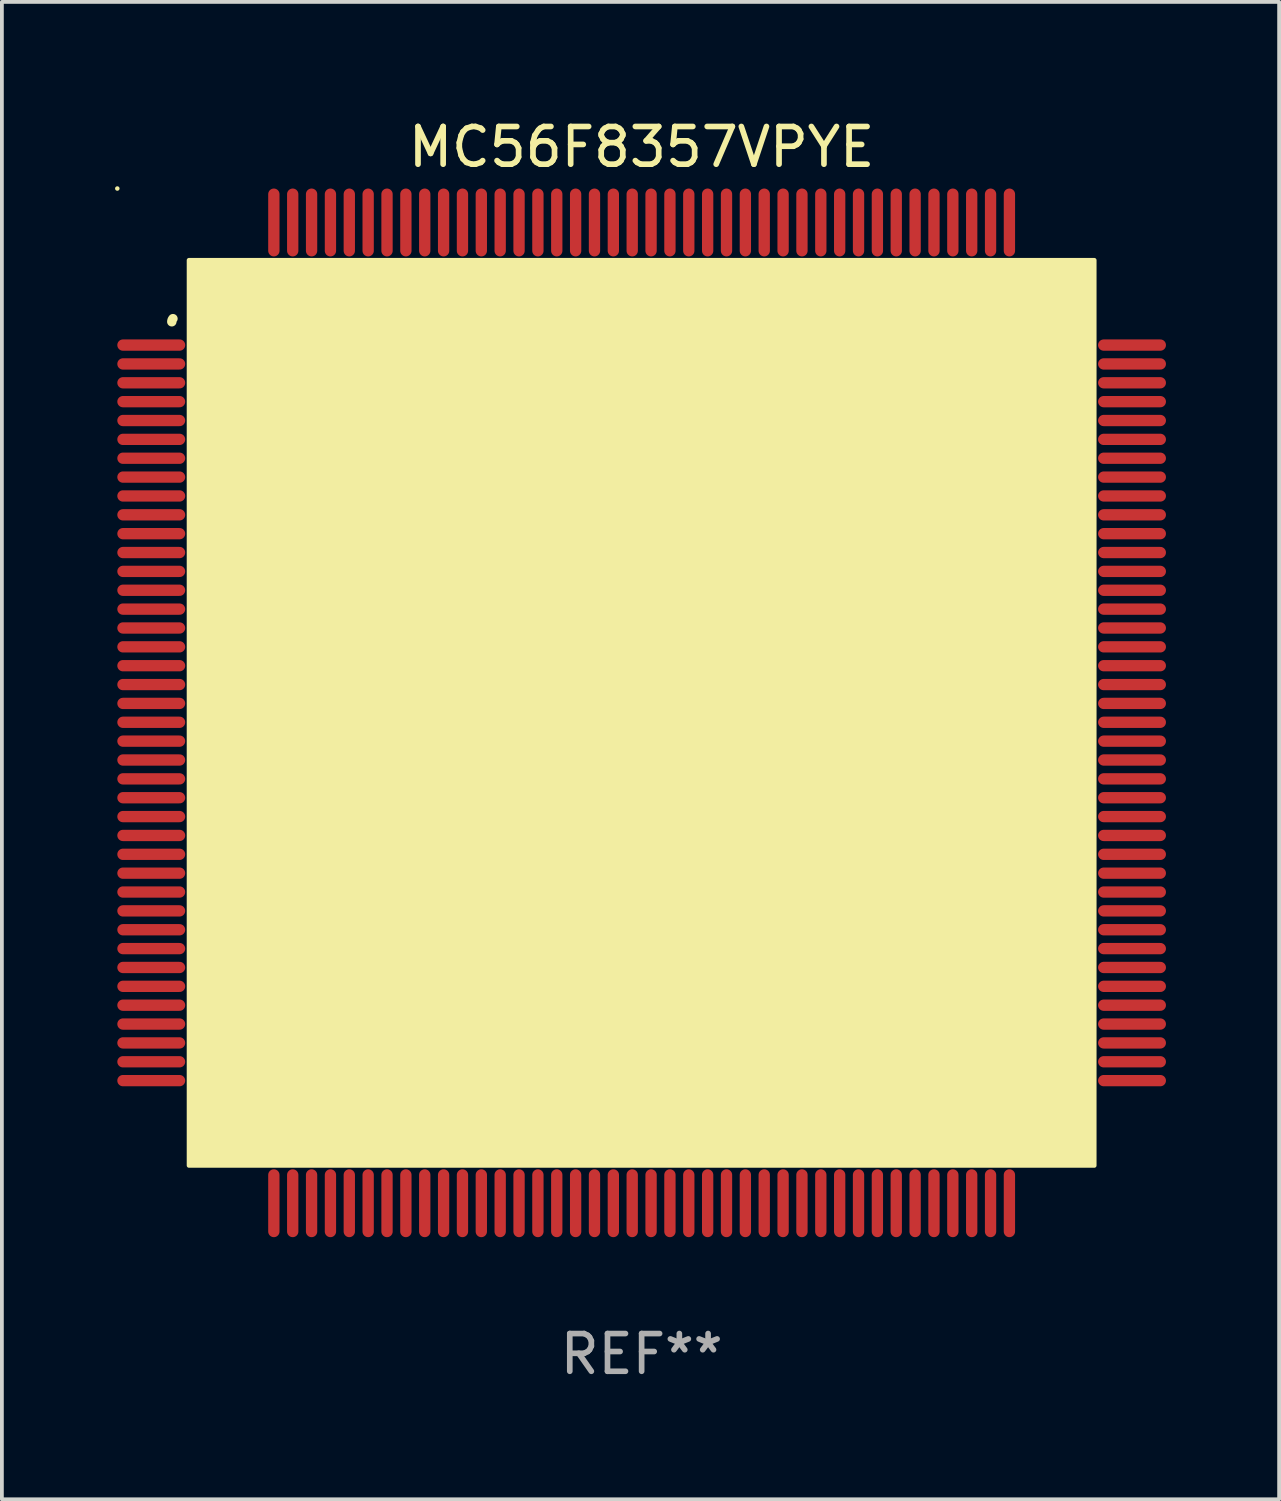
<source format=kicad_pcb>
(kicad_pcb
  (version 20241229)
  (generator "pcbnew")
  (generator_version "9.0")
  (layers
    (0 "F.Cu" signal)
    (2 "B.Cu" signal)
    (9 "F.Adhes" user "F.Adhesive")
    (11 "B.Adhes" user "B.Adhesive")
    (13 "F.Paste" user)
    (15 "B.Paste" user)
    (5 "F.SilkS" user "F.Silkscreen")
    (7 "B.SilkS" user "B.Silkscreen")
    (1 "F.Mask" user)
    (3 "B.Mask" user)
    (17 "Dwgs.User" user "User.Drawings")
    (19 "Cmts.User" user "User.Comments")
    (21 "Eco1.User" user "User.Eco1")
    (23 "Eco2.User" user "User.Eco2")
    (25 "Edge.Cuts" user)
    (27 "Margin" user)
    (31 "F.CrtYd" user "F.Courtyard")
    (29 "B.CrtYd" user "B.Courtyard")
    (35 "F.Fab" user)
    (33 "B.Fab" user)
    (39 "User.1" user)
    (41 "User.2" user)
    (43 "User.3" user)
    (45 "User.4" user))
  (footprint "MC56F8357VPYE"
    (layer "F.Cu")
    (at 13.96 15.848)
    (property "Reference" "MC56F8357VPYE" (at 0 -15 0) (layer "F.SilkS") (effects (font (size 1 1) (thickness 0.15))))
    (attr through_hole)
    (fp_arc (start -12.45555 -10.36792) (mid -12.447715 -10.411692) (end -12.42507 -10.449962) (stroke (width 0.249936) (type solid)) (layer "F.SilkS"))
    (fp_arc (start -9.968885 -10.145161) (mid -9.964159 -10.198324) (end -9.950089 -10.249809) (stroke (width 0.599949) (type solid)) (layer "F.SilkS"))
    (fp_circle (center -13.9 -13.9) (end -13.87 -13.9) (stroke (width 0.06) (type solid)) (fill no) (layer "F.SilkS"))
    (fp_poly (pts (xy -12 -12) (xy 12 -12) (xy 12 12) (xy -12 12)) (stroke (width 0.12) (type solid)) (fill yes) (layer "F.SilkS"))
    (fp_text user "REF**" (at 0 17 0) (layer "F.Fab") (effects (font (size 1 1) (thickness 0.15))))
    (pad "1" smd oval (at -13 -9.75) (size 1.8 0.3) (layers "F.Cu" "F.Mask" "F.Paste"))
    (pad "2" smd oval (at -13 -9.25) (size 1.8 0.3) (layers "F.Cu" "F.Mask" "F.Paste"))
    (pad "3" smd oval (at -13 -8.75) (size 1.8 0.3) (layers "F.Cu" "F.Mask" "F.Paste"))
    (pad "4" smd oval (at -13 -8.25) (size 1.8 0.3) (layers "F.Cu" "F.Mask" "F.Paste"))
    (pad "5" smd oval (at -13 -7.75) (size 1.8 0.3) (layers "F.Cu" "F.Mask" "F.Paste"))
    (pad "6" smd oval (at -13 -7.25) (size 1.8 0.3) (layers "F.Cu" "F.Mask" "F.Paste"))
    (pad "7" smd oval (at -13 -6.75) (size 1.8 0.3) (layers "F.Cu" "F.Mask" "F.Paste"))
    (pad "8" smd oval (at -13 -6.25) (size 1.8 0.3) (layers "F.Cu" "F.Mask" "F.Paste"))
    (pad "9" smd oval (at -13 -5.75) (size 1.8 0.3) (layers "F.Cu" "F.Mask" "F.Paste"))
    (pad "10" smd oval (at -13 -5.25) (size 1.8 0.3) (layers "F.Cu" "F.Mask" "F.Paste"))
    (pad "11" smd oval (at -13 -4.75) (size 1.8 0.3) (layers "F.Cu" "F.Mask" "F.Paste"))
    (pad "12" smd oval (at -13 -4.25) (size 1.8 0.3) (layers "F.Cu" "F.Mask" "F.Paste"))
    (pad "13" smd oval (at -13 -3.75) (size 1.8 0.3) (layers "F.Cu" "F.Mask" "F.Paste"))
    (pad "14" smd oval (at -13 -3.25) (size 1.8 0.3) (layers "F.Cu" "F.Mask" "F.Paste"))
    (pad "15" smd oval (at -13 -2.75) (size 1.8 0.3) (layers "F.Cu" "F.Mask" "F.Paste"))
    (pad "16" smd oval (at -13 -2.25) (size 1.8 0.3) (layers "F.Cu" "F.Mask" "F.Paste"))
    (pad "17" smd oval (at -13 -1.75) (size 1.8 0.3) (layers "F.Cu" "F.Mask" "F.Paste"))
    (pad "18" smd oval (at -13 -1.25) (size 1.8 0.3) (layers "F.Cu" "F.Mask" "F.Paste"))
    (pad "19" smd oval (at -13 -0.75) (size 1.8 0.3) (layers "F.Cu" "F.Mask" "F.Paste"))
    (pad "20" smd oval (at -13 -0.25) (size 1.8 0.3) (layers "F.Cu" "F.Mask" "F.Paste"))
    (pad "21" smd oval (at -13 0.25) (size 1.8 0.3) (layers "F.Cu" "F.Mask" "F.Paste"))
    (pad "22" smd oval (at -13 0.75) (size 1.8 0.3) (layers "F.Cu" "F.Mask" "F.Paste"))
    (pad "23" smd oval (at -13 1.25) (size 1.8 0.3) (layers "F.Cu" "F.Mask" "F.Paste"))
    (pad "24" smd oval (at -13 1.75) (size 1.8 0.3) (layers "F.Cu" "F.Mask" "F.Paste"))
    (pad "25" smd oval (at -13 2.25) (size 1.8 0.3) (layers "F.Cu" "F.Mask" "F.Paste"))
    (pad "26" smd oval (at -13 2.75) (size 1.8 0.3) (layers "F.Cu" "F.Mask" "F.Paste"))
    (pad "27" smd oval (at -13 3.25) (size 1.8 0.3) (layers "F.Cu" "F.Mask" "F.Paste"))
    (pad "28" smd oval (at -13 3.75) (size 1.8 0.3) (layers "F.Cu" "F.Mask" "F.Paste"))
    (pad "29" smd oval (at -13 4.25) (size 1.8 0.3) (layers "F.Cu" "F.Mask" "F.Paste"))
    (pad "30" smd oval (at -13 4.75) (size 1.8 0.3) (layers "F.Cu" "F.Mask" "F.Paste"))
    (pad "31" smd oval (at -13 5.25) (size 1.8 0.3) (layers "F.Cu" "F.Mask" "F.Paste"))
    (pad "32" smd oval (at -13 5.75) (size 1.8 0.3) (layers "F.Cu" "F.Mask" "F.Paste"))
    (pad "33" smd oval (at -13 6.25) (size 1.8 0.3) (layers "F.Cu" "F.Mask" "F.Paste"))
    (pad "34" smd oval (at -13 6.75) (size 1.8 0.3) (layers "F.Cu" "F.Mask" "F.Paste"))
    (pad "35" smd oval (at -13 7.25) (size 1.8 0.3) (layers "F.Cu" "F.Mask" "F.Paste"))
    (pad "36" smd oval (at -13 7.75) (size 1.8 0.3) (layers "F.Cu" "F.Mask" "F.Paste"))
    (pad "37" smd oval (at -13 8.25) (size 1.8 0.3) (layers "F.Cu" "F.Mask" "F.Paste"))
    (pad "38" smd oval (at -13 8.75) (size 1.8 0.3) (layers "F.Cu" "F.Mask" "F.Paste"))
    (pad "39" smd oval (at -13 9.25) (size 1.8 0.3) (layers "F.Cu" "F.Mask" "F.Paste"))
    (pad "40" smd oval (at -13 9.75) (size 1.8 0.3) (layers "F.Cu" "F.Mask" "F.Paste"))
    (pad "41" smd oval (at -9.75 13 90) (size 1.8 0.3) (layers "F.Cu" "F.Mask" "F.Paste"))
    (pad "42" smd oval (at -9.25 13 90) (size 1.8 0.3) (layers "F.Cu" "F.Mask" "F.Paste"))
    (pad "43" smd oval (at -8.75 13 90) (size 1.8 0.3) (layers "F.Cu" "F.Mask" "F.Paste"))
    (pad "44" smd oval (at -8.25 13 90) (size 1.8 0.3) (layers "F.Cu" "F.Mask" "F.Paste"))
    (pad "45" smd oval (at -7.75 13 90) (size 1.8 0.3) (layers "F.Cu" "F.Mask" "F.Paste"))
    (pad "46" smd oval (at -7.25 13 90) (size 1.8 0.3) (layers "F.Cu" "F.Mask" "F.Paste"))
    (pad "47" smd oval (at -6.75 13 90) (size 1.8 0.3) (layers "F.Cu" "F.Mask" "F.Paste"))
    (pad "48" smd oval (at -6.25 13 90) (size 1.8 0.3) (layers "F.Cu" "F.Mask" "F.Paste"))
    (pad "49" smd oval (at -5.75 13 90) (size 1.8 0.3) (layers "F.Cu" "F.Mask" "F.Paste"))
    (pad "50" smd oval (at -5.25 13 90) (size 1.8 0.3) (layers "F.Cu" "F.Mask" "F.Paste"))
    (pad "51" smd oval (at -4.75 13 90) (size 1.8 0.3) (layers "F.Cu" "F.Mask" "F.Paste"))
    (pad "52" smd oval (at -4.25 13 90) (size 1.8 0.3) (layers "F.Cu" "F.Mask" "F.Paste"))
    (pad "53" smd oval (at -3.75 13 90) (size 1.8 0.3) (layers "F.Cu" "F.Mask" "F.Paste"))
    (pad "54" smd oval (at -3.25 13 90) (size 1.8 0.3) (layers "F.Cu" "F.Mask" "F.Paste"))
    (pad "55" smd oval (at -2.75 13 90) (size 1.8 0.3) (layers "F.Cu" "F.Mask" "F.Paste"))
    (pad "56" smd oval (at -2.25 13 90) (size 1.8 0.3) (layers "F.Cu" "F.Mask" "F.Paste"))
    (pad "57" smd oval (at -1.75 13 90) (size 1.8 0.3) (layers "F.Cu" "F.Mask" "F.Paste"))
    (pad "58" smd oval (at -1.25 13 90) (size 1.8 0.3) (layers "F.Cu" "F.Mask" "F.Paste"))
    (pad "59" smd oval (at -0.75 13 90) (size 1.8 0.3) (layers "F.Cu" "F.Mask" "F.Paste"))
    (pad "60" smd oval (at -0.25 13 90) (size 1.8 0.3) (layers "F.Cu" "F.Mask" "F.Paste"))
    (pad "61" smd oval (at 0.25 13 90) (size 1.8 0.3) (layers "F.Cu" "F.Mask" "F.Paste"))
    (pad "62" smd oval (at 0.75 13 90) (size 1.8 0.3) (layers "F.Cu" "F.Mask" "F.Paste"))
    (pad "63" smd oval (at 1.25 13 90) (size 1.8 0.3) (layers "F.Cu" "F.Mask" "F.Paste"))
    (pad "64" smd oval (at 1.75 13 90) (size 1.8 0.3) (layers "F.Cu" "F.Mask" "F.Paste"))
    (pad "65" smd oval (at 2.25 13 90) (size 1.8 0.3) (layers "F.Cu" "F.Mask" "F.Paste"))
    (pad "66" smd oval (at 2.75 13 90) (size 1.8 0.3) (layers "F.Cu" "F.Mask" "F.Paste"))
    (pad "67" smd oval (at 3.25 13 90) (size 1.8 0.3) (layers "F.Cu" "F.Mask" "F.Paste"))
    (pad "68" smd oval (at 3.75 13 90) (size 1.8 0.3) (layers "F.Cu" "F.Mask" "F.Paste"))
    (pad "69" smd oval (at 4.25 13 90) (size 1.8 0.3) (layers "F.Cu" "F.Mask" "F.Paste"))
    (pad "70" smd oval (at 4.75 13 90) (size 1.8 0.3) (layers "F.Cu" "F.Mask" "F.Paste"))
    (pad "71" smd oval (at 5.25 13 90) (size 1.8 0.3) (layers "F.Cu" "F.Mask" "F.Paste"))
    (pad "72" smd oval (at 5.75 13 90) (size 1.8 0.3) (layers "F.Cu" "F.Mask" "F.Paste"))
    (pad "73" smd oval (at 6.25 13 90) (size 1.8 0.3) (layers "F.Cu" "F.Mask" "F.Paste"))
    (pad "74" smd oval (at 6.75 13 90) (size 1.8 0.3) (layers "F.Cu" "F.Mask" "F.Paste"))
    (pad "75" smd oval (at 7.25 13 90) (size 1.8 0.3) (layers "F.Cu" "F.Mask" "F.Paste"))
    (pad "76" smd oval (at 7.75 13 90) (size 1.8 0.3) (layers "F.Cu" "F.Mask" "F.Paste"))
    (pad "77" smd oval (at 8.25 13 90) (size 1.8 0.3) (layers "F.Cu" "F.Mask" "F.Paste"))
    (pad "78" smd oval (at 8.75 13 90) (size 1.8 0.3) (layers "F.Cu" "F.Mask" "F.Paste"))
    (pad "79" smd oval (at 9.25 13 90) (size 1.8 0.3) (layers "F.Cu" "F.Mask" "F.Paste"))
    (pad "80" smd oval (at 9.75 13 90) (size 1.8 0.3) (layers "F.Cu" "F.Mask" "F.Paste"))
    (pad "81" smd oval (at 13 9.75) (size 1.8 0.3) (layers "F.Cu" "F.Mask" "F.Paste"))
    (pad "82" smd oval (at 13 9.25) (size 1.8 0.3) (layers "F.Cu" "F.Mask" "F.Paste"))
    (pad "83" smd oval (at 13 8.75) (size 1.8 0.3) (layers "F.Cu" "F.Mask" "F.Paste"))
    (pad "84" smd oval (at 13 8.25) (size 1.8 0.3) (layers "F.Cu" "F.Mask" "F.Paste"))
    (pad "85" smd oval (at 13 7.75) (size 1.8 0.3) (layers "F.Cu" "F.Mask" "F.Paste"))
    (pad "86" smd oval (at 13 7.25) (size 1.8 0.3) (layers "F.Cu" "F.Mask" "F.Paste"))
    (pad "87" smd oval (at 13 6.75) (size 1.8 0.3) (layers "F.Cu" "F.Mask" "F.Paste"))
    (pad "88" smd oval (at 13 6.25) (size 1.8 0.3) (layers "F.Cu" "F.Mask" "F.Paste"))
    (pad "89" smd oval (at 13 5.75) (size 1.8 0.3) (layers "F.Cu" "F.Mask" "F.Paste"))
    (pad "90" smd oval (at 13 5.25) (size 1.8 0.3) (layers "F.Cu" "F.Mask" "F.Paste"))
    (pad "91" smd oval (at 13 4.75) (size 1.8 0.3) (layers "F.Cu" "F.Mask" "F.Paste"))
    (pad "92" smd oval (at 13 4.25) (size 1.8 0.3) (layers "F.Cu" "F.Mask" "F.Paste"))
    (pad "93" smd oval (at 13 3.75) (size 1.8 0.3) (layers "F.Cu" "F.Mask" "F.Paste"))
    (pad "94" smd oval (at 13 3.25) (size 1.8 0.3) (layers "F.Cu" "F.Mask" "F.Paste"))
    (pad "95" smd oval (at 13 2.75) (size 1.8 0.3) (layers "F.Cu" "F.Mask" "F.Paste"))
    (pad "96" smd oval (at 13 2.25) (size 1.8 0.3) (layers "F.Cu" "F.Mask" "F.Paste"))
    (pad "97" smd oval (at 13 1.75) (size 1.8 0.3) (layers "F.Cu" "F.Mask" "F.Paste"))
    (pad "98" smd oval (at 13 1.25) (size 1.8 0.3) (layers "F.Cu" "F.Mask" "F.Paste"))
    (pad "99" smd oval (at 13 0.75) (size 1.8 0.3) (layers "F.Cu" "F.Mask" "F.Paste"))
    (pad "100" smd oval (at 13 0.25) (size 1.8 0.3) (layers "F.Cu" "F.Mask" "F.Paste"))
    (pad "101" smd oval (at 13 -0.25) (size 1.8 0.3) (layers "F.Cu" "F.Mask" "F.Paste"))
    (pad "102" smd oval (at 13 -0.75) (size 1.8 0.3) (layers "F.Cu" "F.Mask" "F.Paste"))
    (pad "103" smd oval (at 13 -1.25) (size 1.8 0.3) (layers "F.Cu" "F.Mask" "F.Paste"))
    (pad "104" smd oval (at 13 -1.75) (size 1.8 0.3) (layers "F.Cu" "F.Mask" "F.Paste"))
    (pad "105" smd oval (at 13 -2.25) (size 1.8 0.3) (layers "F.Cu" "F.Mask" "F.Paste"))
    (pad "106" smd oval (at 13 -2.75) (size 1.8 0.3) (layers "F.Cu" "F.Mask" "F.Paste"))
    (pad "107" smd oval (at 13 -3.25) (size 1.8 0.3) (layers "F.Cu" "F.Mask" "F.Paste"))
    (pad "108" smd oval (at 13 -3.75) (size 1.8 0.3) (layers "F.Cu" "F.Mask" "F.Paste"))
    (pad "109" smd oval (at 13 -4.25) (size 1.8 0.3) (layers "F.Cu" "F.Mask" "F.Paste"))
    (pad "110" smd oval (at 13 -4.75) (size 1.8 0.3) (layers "F.Cu" "F.Mask" "F.Paste"))
    (pad "111" smd oval (at 13 -5.25) (size 1.8 0.3) (layers "F.Cu" "F.Mask" "F.Paste"))
    (pad "112" smd oval (at 13 -5.75) (size 1.8 0.3) (layers "F.Cu" "F.Mask" "F.Paste"))
    (pad "113" smd oval (at 13 -6.25) (size 1.8 0.3) (layers "F.Cu" "F.Mask" "F.Paste"))
    (pad "114" smd oval (at 13 -6.75) (size 1.8 0.3) (layers "F.Cu" "F.Mask" "F.Paste"))
    (pad "115" smd oval (at 13 -7.25) (size 1.8 0.3) (layers "F.Cu" "F.Mask" "F.Paste"))
    (pad "116" smd oval (at 13 -7.75) (size 1.8 0.3) (layers "F.Cu" "F.Mask" "F.Paste"))
    (pad "117" smd oval (at 13 -8.25) (size 1.8 0.3) (layers "F.Cu" "F.Mask" "F.Paste"))
    (pad "118" smd oval (at 13 -8.75) (size 1.8 0.3) (layers "F.Cu" "F.Mask" "F.Paste"))
    (pad "119" smd oval (at 13 -9.25) (size 1.8 0.3) (layers "F.Cu" "F.Mask" "F.Paste"))
    (pad "120" smd oval (at 13 -9.75) (size 1.8 0.3) (layers "F.Cu" "F.Mask" "F.Paste"))
    (pad "121" smd oval (at 9.75 -13 90) (size 1.8 0.3) (layers "F.Cu" "F.Mask" "F.Paste"))
    (pad "122" smd oval (at 9.25 -13 90) (size 1.8 0.3) (layers "F.Cu" "F.Mask" "F.Paste"))
    (pad "123" smd oval (at 8.75 -13 90) (size 1.8 0.3) (layers "F.Cu" "F.Mask" "F.Paste"))
    (pad "124" smd oval (at 8.25 -13 90) (size 1.8 0.3) (layers "F.Cu" "F.Mask" "F.Paste"))
    (pad "125" smd oval (at 7.75 -13 90) (size 1.8 0.3) (layers "F.Cu" "F.Mask" "F.Paste"))
    (pad "126" smd oval (at 7.25 -13 90) (size 1.8 0.3) (layers "F.Cu" "F.Mask" "F.Paste"))
    (pad "127" smd oval (at 6.75 -13 90) (size 1.8 0.3) (layers "F.Cu" "F.Mask" "F.Paste"))
    (pad "128" smd oval (at 6.25 -13 90) (size 1.8 0.3) (layers "F.Cu" "F.Mask" "F.Paste"))
    (pad "129" smd oval (at 5.75 -13 90) (size 1.8 0.3) (layers "F.Cu" "F.Mask" "F.Paste"))
    (pad "130" smd oval (at 5.25 -13 90) (size 1.8 0.3) (layers "F.Cu" "F.Mask" "F.Paste"))
    (pad "131" smd oval (at 4.75 -13 90) (size 1.8 0.3) (layers "F.Cu" "F.Mask" "F.Paste"))
    (pad "132" smd oval (at 4.25 -13 90) (size 1.8 0.3) (layers "F.Cu" "F.Mask" "F.Paste"))
    (pad "133" smd oval (at 3.75 -13 90) (size 1.8 0.3) (layers "F.Cu" "F.Mask" "F.Paste"))
    (pad "134" smd oval (at 3.25 -13 90) (size 1.8 0.3) (layers "F.Cu" "F.Mask" "F.Paste"))
    (pad "135" smd oval (at 2.75 -13 90) (size 1.8 0.3) (layers "F.Cu" "F.Mask" "F.Paste"))
    (pad "136" smd oval (at 2.25 -13 90) (size 1.8 0.3) (layers "F.Cu" "F.Mask" "F.Paste"))
    (pad "137" smd oval (at 1.75 -13 90) (size 1.8 0.3) (layers "F.Cu" "F.Mask" "F.Paste"))
    (pad "138" smd oval (at 1.25 -13 90) (size 1.8 0.3) (layers "F.Cu" "F.Mask" "F.Paste"))
    (pad "139" smd oval (at 0.75 -13 90) (size 1.8 0.3) (layers "F.Cu" "F.Mask" "F.Paste"))
    (pad "140" smd oval (at 0.25 -13 90) (size 1.8 0.3) (layers "F.Cu" "F.Mask" "F.Paste"))
    (pad "141" smd oval (at -0.25 -13 90) (size 1.8 0.3) (layers "F.Cu" "F.Mask" "F.Paste"))
    (pad "142" smd oval (at -0.75 -13 90) (size 1.8 0.3) (layers "F.Cu" "F.Mask" "F.Paste"))
    (pad "143" smd oval (at -1.25 -13 90) (size 1.8 0.3) (layers "F.Cu" "F.Mask" "F.Paste"))
    (pad "144" smd oval (at -1.75 -13 90) (size 1.8 0.3) (layers "F.Cu" "F.Mask" "F.Paste"))
    (pad "145" smd oval (at -2.25 -13 90) (size 1.8 0.3) (layers "F.Cu" "F.Mask" "F.Paste"))
    (pad "146" smd oval (at -2.75 -13 90) (size 1.8 0.3) (layers "F.Cu" "F.Mask" "F.Paste"))
    (pad "147" smd oval (at -3.25 -13 90) (size 1.8 0.3) (layers "F.Cu" "F.Mask" "F.Paste"))
    (pad "148" smd oval (at -3.75 -13 90) (size 1.8 0.3) (layers "F.Cu" "F.Mask" "F.Paste"))
    (pad "149" smd oval (at -4.25 -13 90) (size 1.8 0.3) (layers "F.Cu" "F.Mask" "F.Paste"))
    (pad "150" smd oval (at -4.75 -13 90) (size 1.8 0.3) (layers "F.Cu" "F.Mask" "F.Paste"))
    (pad "151" smd oval (at -5.25 -13 90) (size 1.8 0.3) (layers "F.Cu" "F.Mask" "F.Paste"))
    (pad "152" smd oval (at -5.75 -13 90) (size 1.8 0.3) (layers "F.Cu" "F.Mask" "F.Paste"))
    (pad "153" smd oval (at -6.25 -13 90) (size 1.8 0.3) (layers "F.Cu" "F.Mask" "F.Paste"))
    (pad "154" smd oval (at -6.75 -13 90) (size 1.8 0.3) (layers "F.Cu" "F.Mask" "F.Paste"))
    (pad "155" smd oval (at -7.25 -13 90) (size 1.8 0.3) (layers "F.Cu" "F.Mask" "F.Paste"))
    (pad "156" smd oval (at -7.75 -13 90) (size 1.8 0.3) (layers "F.Cu" "F.Mask" "F.Paste"))
    (pad "157" smd oval (at -8.25 -13 90) (size 1.8 0.3) (layers "F.Cu" "F.Mask" "F.Paste"))
    (pad "158" smd oval (at -8.75 -13 90) (size 1.8 0.3) (layers "F.Cu" "F.Mask" "F.Paste"))
    (pad "159" smd oval (at -9.25 -13 90) (size 1.8 0.3) (layers "F.Cu" "F.Mask" "F.Paste"))
    (pad "160" smd oval (at -9.75 -13 90) (size 1.8 0.3) (layers "F.Cu" "F.Mask" "F.Paste")))
  (gr_rect
    (start -3 -3)
    (end 30.86 36.697)
    (stroke (width 0.1) (type default))
    (fill no)
    (layer "Edge.Cuts")))
</source>
